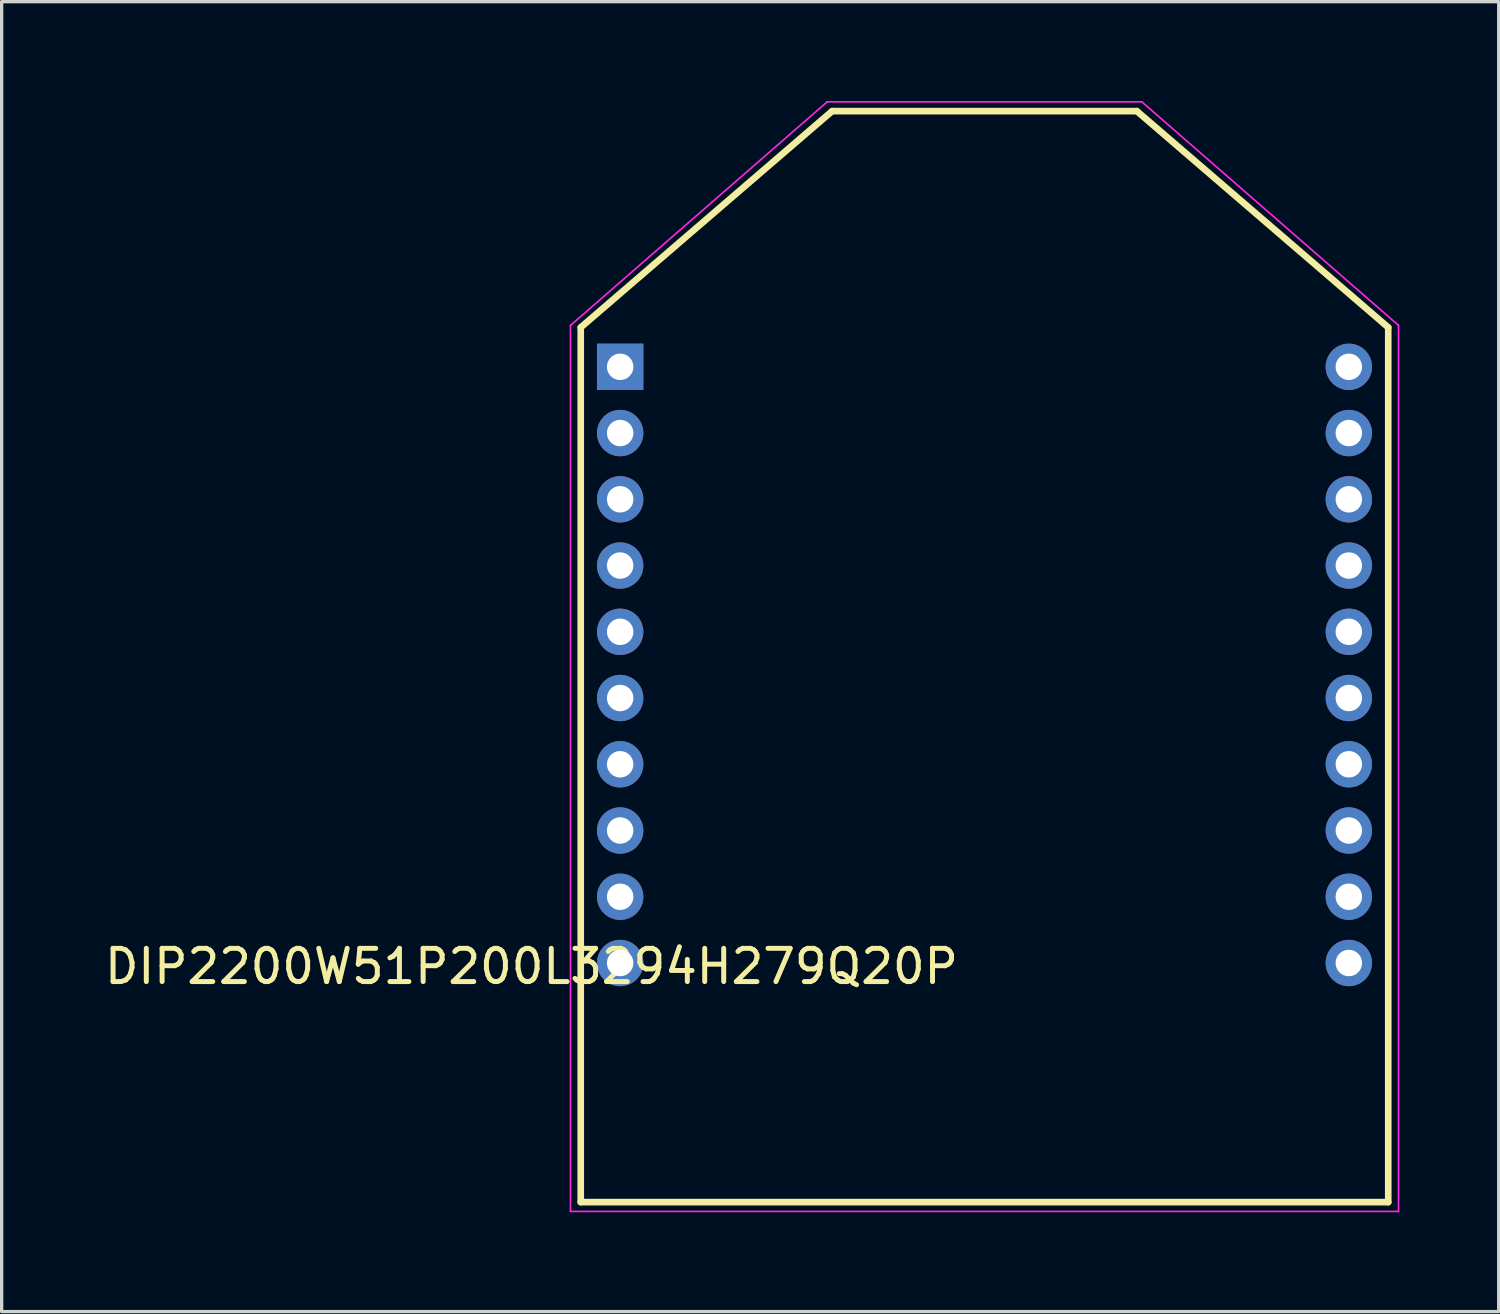
<source format=kicad_pcb>
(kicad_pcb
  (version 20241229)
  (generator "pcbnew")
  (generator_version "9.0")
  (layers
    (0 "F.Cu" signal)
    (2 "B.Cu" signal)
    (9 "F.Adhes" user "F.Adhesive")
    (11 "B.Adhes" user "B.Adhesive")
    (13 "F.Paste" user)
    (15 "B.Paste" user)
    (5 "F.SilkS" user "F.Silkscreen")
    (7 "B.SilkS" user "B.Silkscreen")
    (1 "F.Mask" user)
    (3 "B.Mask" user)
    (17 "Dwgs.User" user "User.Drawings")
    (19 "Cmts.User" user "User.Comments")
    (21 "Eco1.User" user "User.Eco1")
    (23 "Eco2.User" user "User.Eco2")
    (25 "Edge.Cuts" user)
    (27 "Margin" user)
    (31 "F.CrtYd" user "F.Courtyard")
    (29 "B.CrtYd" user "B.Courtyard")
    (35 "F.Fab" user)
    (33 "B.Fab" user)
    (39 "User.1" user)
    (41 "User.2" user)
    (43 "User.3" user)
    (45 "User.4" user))
  (footprint "DIP2200W51P200L3294H279Q20P"
    (layer "F.Cu")
    (at 26.674 16.775)
    (property "Reference" "DIP2200W51P200L3294H279Q20P" (at -13.677 9.354 180) (layer "F.SilkS") (effects (font (size 1.003 1.003) (thickness 0.15))))
    (attr through_hole)
    (fp_line (start -12.19 -9.94) (end -4.6 -16.47) (stroke (width 0.2) (type solid)) (layer "F.SilkS"))
    (fp_line (start -12.19 16.47) (end -12.19 -9.94) (stroke (width 0.2) (type solid)) (layer "F.SilkS"))
    (fp_line (start -4.6 -16.47) (end 4.6 -16.47) (stroke (width 0.2) (type solid)) (layer "F.SilkS"))
    (fp_line (start 12.19 -9.94) (end 4.6 -16.47) (stroke (width 0.2) (type solid)) (layer "F.SilkS"))
    (fp_line (start 12.19 -9.94) (end 12.19 16.47) (stroke (width 0.2) (type solid)) (layer "F.SilkS"))
    (fp_line (start 12.19 16.47) (end -12.19 16.47) (stroke (width 0.2) (type solid)) (layer "F.SilkS"))
    (fp_line (start -12.5 -10) (end -4.75 -16.75) (stroke (width 0.05) (type solid)) (layer "F.CrtYd"))
    (fp_line (start -12.5 16.75) (end -12.5 -10) (stroke (width 0.05) (type solid)) (layer "F.CrtYd"))
    (fp_line (start -4.75 -16.75) (end 4.75 -16.75) (stroke (width 0.05) (type solid)) (layer "F.CrtYd"))
    (fp_line (start 4.75 -16.75) (end 12.5 -10) (stroke (width 0.05) (type solid)) (layer "F.CrtYd"))
    (fp_line (start 12.5 -10) (end 12.5 16.75) (stroke (width 0.05) (type solid)) (layer "F.CrtYd"))
    (fp_line (start 12.5 16.75) (end -12.5 16.75) (stroke (width 0.05) (type solid)) (layer "F.CrtYd"))
    (pad "1" thru_hole rect (at -11 -8.75) (size 1.4 1.4) (drill 0.8) (layers "*.Cu" "*.Mask"))
    (pad "2" thru_hole circle (at -11 -6.75) (size 1.4 1.4) (drill 0.8) (layers "*.Cu" "*.Mask"))
    (pad "3" thru_hole circle (at -11 -4.75) (size 1.4 1.4) (drill 0.8) (layers "*.Cu" "*.Mask"))
    (pad "4" thru_hole circle (at -11 -2.75) (size 1.4 1.4) (drill 0.8) (layers "*.Cu" "*.Mask"))
    (pad "5" thru_hole circle (at -11 -0.75) (size 1.4 1.4) (drill 0.8) (layers "*.Cu" "*.Mask"))
    (pad "6" thru_hole circle (at -11 1.25) (size 1.4 1.4) (drill 0.8) (layers "*.Cu" "*.Mask"))
    (pad "7" thru_hole circle (at -11 3.25) (size 1.4 1.4) (drill 0.8) (layers "*.Cu" "*.Mask"))
    (pad "8" thru_hole circle (at -11 5.25) (size 1.4 1.4) (drill 0.8) (layers "*.Cu" "*.Mask"))
    (pad "9" thru_hole circle (at -11 7.25) (size 1.4 1.4) (drill 0.8) (layers "*.Cu" "*.Mask"))
    (pad "10" thru_hole circle (at -11 9.25) (size 1.4 1.4) (drill 0.8) (layers "*.Cu" "*.Mask"))
    (pad "11" thru_hole circle (at 11 9.25) (size 1.4 1.4) (drill 0.8) (layers "*.Cu" "*.Mask"))
    (pad "12" thru_hole circle (at 11 7.25) (size 1.4 1.4) (drill 0.8) (layers "*.Cu" "*.Mask"))
    (pad "13" thru_hole circle (at 11 5.25) (size 1.4 1.4) (drill 0.8) (layers "*.Cu" "*.Mask"))
    (pad "14" thru_hole circle (at 11 3.25) (size 1.4 1.4) (drill 0.8) (layers "*.Cu" "*.Mask"))
    (pad "15" thru_hole circle (at 11 1.25) (size 1.4 1.4) (drill 0.8) (layers "*.Cu" "*.Mask"))
    (pad "16" thru_hole circle (at 11 -0.75) (size 1.4 1.4) (drill 0.8) (layers "*.Cu" "*.Mask"))
    (pad "17" thru_hole circle (at 11 -2.75) (size 1.4 1.4) (drill 0.8) (layers "*.Cu" "*.Mask"))
    (pad "18" thru_hole circle (at 11 -4.75) (size 1.4 1.4) (drill 0.8) (layers "*.Cu" "*.Mask"))
    (pad "19" thru_hole circle (at 11 -6.75) (size 1.4 1.4) (drill 0.8) (layers "*.Cu" "*.Mask"))
    (pad "20" thru_hole circle (at 11 -8.75) (size 1.4 1.4) (drill 0.8) (layers "*.Cu" "*.Mask")))
  (gr_rect
    (start -3 -3)
    (end 42.199 36.55)
    (stroke (width 0.1) (type default))
    (fill no)
    (layer "Edge.Cuts")))
</source>
